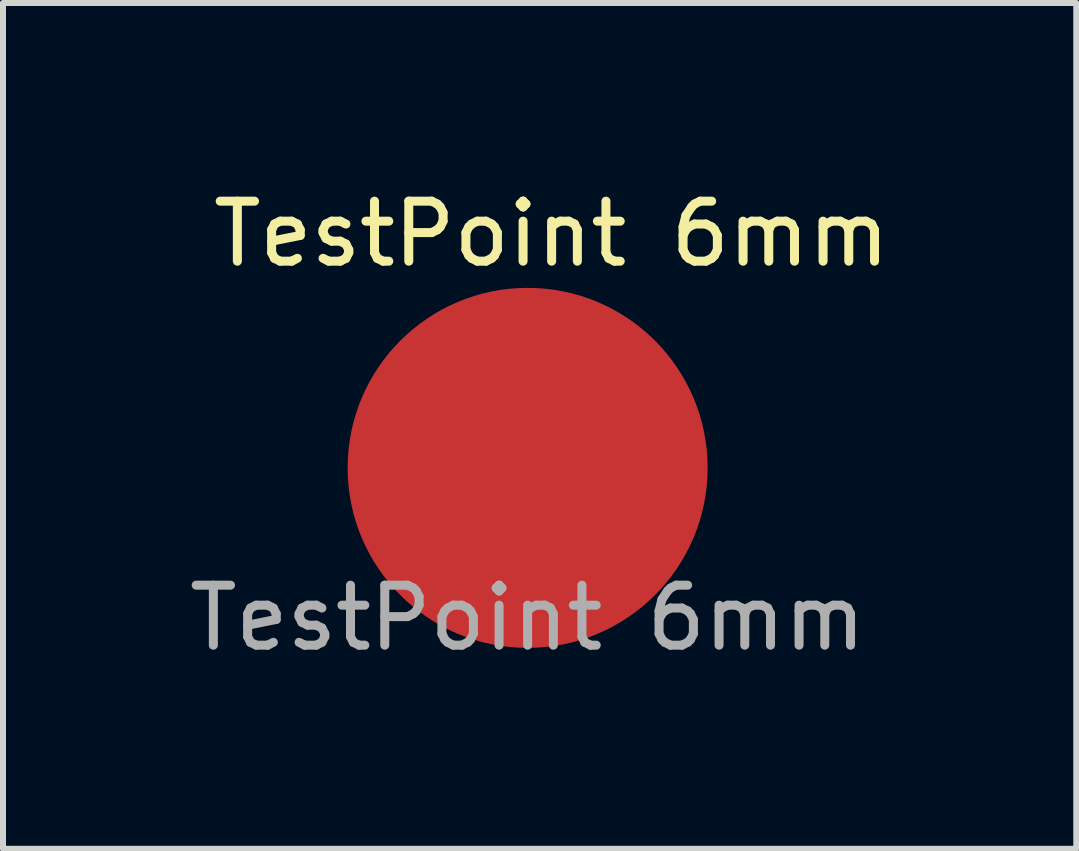
<source format=kicad_pcb>
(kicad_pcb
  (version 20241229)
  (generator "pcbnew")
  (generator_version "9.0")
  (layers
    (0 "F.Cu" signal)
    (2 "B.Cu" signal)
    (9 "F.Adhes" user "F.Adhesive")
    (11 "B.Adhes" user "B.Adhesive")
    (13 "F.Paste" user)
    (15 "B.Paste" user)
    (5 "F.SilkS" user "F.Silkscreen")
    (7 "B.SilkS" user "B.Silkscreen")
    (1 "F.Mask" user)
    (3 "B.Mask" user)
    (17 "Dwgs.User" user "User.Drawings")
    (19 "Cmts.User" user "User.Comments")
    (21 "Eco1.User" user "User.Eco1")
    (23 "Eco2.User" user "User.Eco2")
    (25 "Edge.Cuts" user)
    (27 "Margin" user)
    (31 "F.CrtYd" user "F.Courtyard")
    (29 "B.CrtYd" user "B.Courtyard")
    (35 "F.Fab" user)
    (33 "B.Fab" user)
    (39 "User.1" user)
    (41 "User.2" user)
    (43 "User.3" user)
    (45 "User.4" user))
  (footprint "TestPoint 6mm"
    (layer "F.Cu")
    (at 5.744 4.748)
    (property "Reference" "TestPoint 6mm" (at 0.4 -3.9 0) (unlocked yes) (layer "F.SilkS") (effects (font (size 1 1) (thickness 0.15))))
    (attr smd)
    (fp_text user "${REFERENCE}" (at 0 2.5 0) (unlocked yes) (layer "F.Fab") (effects (font (size 1 1) (thickness 0.15))))
    (pad "1" smd circle (at 0 0) (size 6 6) (layers "F.Cu" "F.Mask" "F.Paste")))
  (gr_rect
    (start -3 -3)
    (end 14.888 11.097)
    (stroke (width 0.1) (type default))
    (fill no)
    (layer "Edge.Cuts")))
</source>
